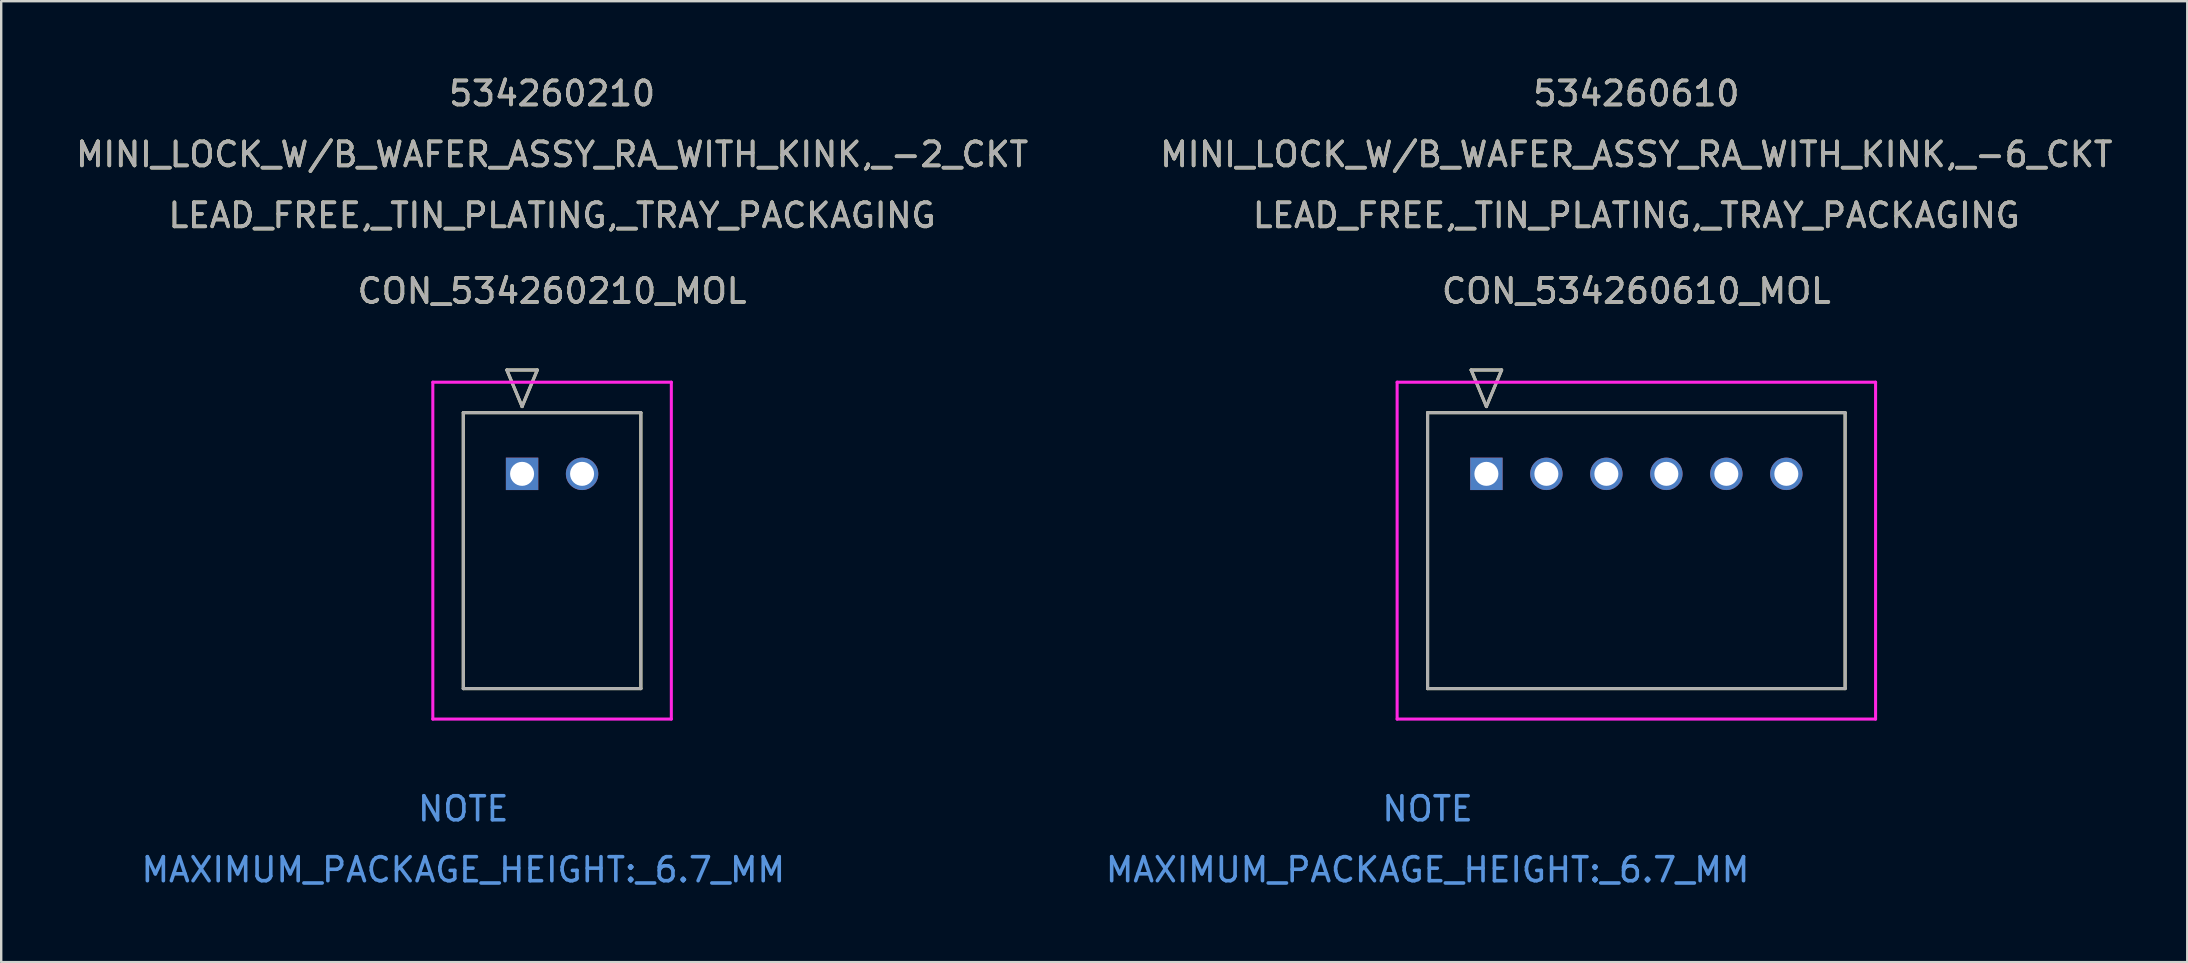
<source format=kicad_pcb>
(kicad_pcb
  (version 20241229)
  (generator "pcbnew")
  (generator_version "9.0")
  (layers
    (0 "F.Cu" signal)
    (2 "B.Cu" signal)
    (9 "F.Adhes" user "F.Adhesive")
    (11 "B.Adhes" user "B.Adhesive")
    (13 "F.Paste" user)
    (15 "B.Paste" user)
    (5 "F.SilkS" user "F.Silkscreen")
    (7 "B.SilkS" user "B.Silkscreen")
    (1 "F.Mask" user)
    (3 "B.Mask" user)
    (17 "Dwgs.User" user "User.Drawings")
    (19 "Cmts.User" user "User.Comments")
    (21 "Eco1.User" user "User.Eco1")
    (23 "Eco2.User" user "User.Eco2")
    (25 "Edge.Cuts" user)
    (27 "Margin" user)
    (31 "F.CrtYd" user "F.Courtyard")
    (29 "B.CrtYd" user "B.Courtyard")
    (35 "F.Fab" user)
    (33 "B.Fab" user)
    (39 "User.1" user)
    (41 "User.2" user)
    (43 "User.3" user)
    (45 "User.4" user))
  (footprint "CON_534260610_MOL"
    (layer "F.Cu")
    (at 58.896 16.698)
    (property "Reference" "CON_534260610_MOL" (at 6.25 -7.62 0) (unlocked yes) (layer "F.SilkS") (effects (font (size 1 1) (thickness 0.15))))
    (attr through_hole)
    (fp_line (start -2.45 -2.55) (end -2.45 8.95) (stroke (width 0.127) (type solid)) (layer "F.SilkS"))
    (fp_line (start -2.45 8.95) (end 14.95 8.95) (stroke (width 0.127) (type solid)) (layer "F.SilkS"))
    (fp_line (start -0.635 -4.328) (end 0 -2.804) (stroke (width 0.127) (type solid)) (layer "F.SilkS"))
    (fp_line (start 0 -2.804) (end 0.635 -4.328) (stroke (width 0.127) (type solid)) (layer "F.SilkS"))
    (fp_line (start 0.635 -4.328) (end -0.635 -4.328) (stroke (width 0.127) (type solid)) (layer "F.SilkS"))
    (fp_line (start 14.95 -2.55) (end -2.45 -2.55) (stroke (width 0.127) (type solid)) (layer "F.SilkS"))
    (fp_line (start 14.95 8.95) (end 14.95 -2.55) (stroke (width 0.127) (type solid)) (layer "F.SilkS"))
    (fp_line (start -3.72 -3.82) (end -3.72 10.22) (stroke (width 0.127) (type solid)) (layer "F.CrtYd"))
    (fp_line (start -3.72 10.22) (end 16.22 10.22) (stroke (width 0.127) (type solid)) (layer "F.CrtYd"))
    (fp_line (start 16.22 -3.82) (end -3.72 -3.82) (stroke (width 0.127) (type solid)) (layer "F.CrtYd"))
    (fp_line (start 16.22 10.22) (end 16.22 -3.82) (stroke (width 0.127) (type solid)) (layer "F.CrtYd"))
    (fp_line (start -2.45 -2.55) (end -2.45 8.95) (stroke (width 0.127) (type solid)) (layer "F.Fab"))
    (fp_line (start -2.45 8.95) (end 14.95 8.95) (stroke (width 0.127) (type solid)) (layer "F.Fab"))
    (fp_line (start -0.635 -4.328) (end 0 -2.804) (stroke (width 0.127) (type solid)) (layer "F.Fab"))
    (fp_line (start 0 -2.804) (end 0.635 -4.328) (stroke (width 0.127) (type solid)) (layer "F.Fab"))
    (fp_line (start 0.635 -4.328) (end -0.635 -4.328) (stroke (width 0.127) (type solid)) (layer "F.Fab"))
    (fp_line (start 14.95 -2.55) (end -2.45 -2.55) (stroke (width 0.127) (type solid)) (layer "F.Fab"))
    (fp_line (start 14.95 8.95) (end 14.95 -2.55) (stroke (width 0.127) (type solid)) (layer "F.Fab"))
    (fp_text user "534260610" (at 6.25 -15.85 0) (unlocked yes) (layer "F.SilkS") (effects (font (size 1 1) (thickness 0.15))))
    (fp_text user "LEAD_FREE,_TIN_PLATING,_TRAY_PACKAGING" (at 6.25 -10.77 0) (unlocked yes) (layer "F.SilkS") (effects (font (size 1 1) (thickness 0.15))))
    (fp_text user "MINI_LOCK_W/B_WAFER_ASSY_RA_WITH_KINK,_-6_CKT" (at 6.25 -13.31 0) (unlocked yes) (layer "F.SilkS") (effects (font (size 1 1) (thickness 0.15))))
    (fp_text user "MAXIMUM_PACKAGE_HEIGHT:_6.7_MM" (at -2.45 16.5 0) (unlocked yes) (layer "Cmts.User") (effects (font (size 1 1) (thickness 0.15))))
    (fp_text user "NOTE" (at -2.45 13.96 0) (unlocked yes) (layer "Cmts.User") (effects (font (size 1 1) (thickness 0.15))))
    (fp_text user "MINI_LOCK_W/B_WAFER_ASSY_RA_WITH_KINK,_-6_CKT" (at 6.25 -13.31 0) (unlocked yes) (layer "F.Fab") (effects (font (size 1 1) (thickness 0.15))))
    (fp_text user "534260610" (at 6.25 -15.85 0) (unlocked yes) (layer "F.Fab") (effects (font (size 1 1) (thickness 0.15))))
    (fp_text user "${REFERENCE}" (at 6.25 -7.62 0) (unlocked yes) (layer "F.Fab") (effects (font (size 1 1) (thickness 0.15))))
    (fp_text user "LEAD_FREE,_TIN_PLATING,_TRAY_PACKAGING" (at 6.25 -10.77 0) (unlocked yes) (layer "F.Fab") (effects (font (size 1 1) (thickness 0.15))))
    (pad "1" thru_hole rect (at 0 0) (size 1.35 1.35) (drill 1) (layers "*.Cu" "*.Mask"))
    (pad "2" thru_hole circle (at 2.5 0) (size 1.35 1.35) (drill 1) (layers "*.Cu" "*.Mask"))
    (pad "3" thru_hole circle (at 5 0) (size 1.35 1.35) (drill 1) (layers "*.Cu" "*.Mask"))
    (pad "4" thru_hole circle (at 7.5 0) (size 1.35 1.35) (drill 1) (layers "*.Cu" "*.Mask"))
    (pad "5" thru_hole circle (at 10 0) (size 1.35 1.35) (drill 1) (layers "*.Cu" "*.Mask"))
    (pad "6" thru_hole circle (at 12.5 0) (size 1.35 1.35) (drill 1) (layers "*.Cu" "*.Mask")))
  (footprint "CON_534260210_MOL"
    (layer "F.Cu")
    (at 18.708 16.698)
    (property "Reference" "CON_534260210_MOL" (at 1.25 -7.62 0) (unlocked yes) (layer "F.SilkS") (effects (font (size 1 1) (thickness 0.15))))
    (attr through_hole)
    (fp_line (start -2.45 -2.55) (end -2.45 8.95) (stroke (width 0.127) (type solid)) (layer "F.SilkS"))
    (fp_line (start -2.45 8.95) (end 4.95 8.95) (stroke (width 0.127) (type solid)) (layer "F.SilkS"))
    (fp_line (start -0.635 -4.328) (end 0 -2.804) (stroke (width 0.127) (type solid)) (layer "F.SilkS"))
    (fp_line (start 0 -2.804) (end 0.635 -4.328) (stroke (width 0.127) (type solid)) (layer "F.SilkS"))
    (fp_line (start 0.635 -4.328) (end -0.635 -4.328) (stroke (width 0.127) (type solid)) (layer "F.SilkS"))
    (fp_line (start 4.95 -2.55) (end -2.45 -2.55) (stroke (width 0.127) (type solid)) (layer "F.SilkS"))
    (fp_line (start 4.95 8.95) (end 4.95 -2.55) (stroke (width 0.127) (type solid)) (layer "F.SilkS"))
    (fp_line (start -3.72 -3.82) (end -3.72 10.22) (stroke (width 0.127) (type solid)) (layer "F.CrtYd"))
    (fp_line (start -3.72 10.22) (end 6.22 10.22) (stroke (width 0.127) (type solid)) (layer "F.CrtYd"))
    (fp_line (start 6.22 -3.82) (end -3.72 -3.82) (stroke (width 0.127) (type solid)) (layer "F.CrtYd"))
    (fp_line (start 6.22 10.22) (end 6.22 -3.82) (stroke (width 0.127) (type solid)) (layer "F.CrtYd"))
    (fp_line (start -2.45 -2.55) (end -2.45 8.95) (stroke (width 0.127) (type solid)) (layer "F.Fab"))
    (fp_line (start -2.45 8.95) (end 4.95 8.95) (stroke (width 0.127) (type solid)) (layer "F.Fab"))
    (fp_line (start -0.635 -4.328) (end 0 -2.804) (stroke (width 0.127) (type solid)) (layer "F.Fab"))
    (fp_line (start 0 -2.804) (end 0.635 -4.328) (stroke (width 0.127) (type solid)) (layer "F.Fab"))
    (fp_line (start 0.635 -4.328) (end -0.635 -4.328) (stroke (width 0.127) (type solid)) (layer "F.Fab"))
    (fp_line (start 4.95 -2.55) (end -2.45 -2.55) (stroke (width 0.127) (type solid)) (layer "F.Fab"))
    (fp_line (start 4.95 8.95) (end 4.95 -2.55) (stroke (width 0.127) (type solid)) (layer "F.Fab"))
    (fp_text user "534260210" (at 1.25 -15.85 0) (unlocked yes) (layer "F.SilkS") (effects (font (size 1 1) (thickness 0.15))))
    (fp_text user "MINI_LOCK_W/B_WAFER_ASSY_RA_WITH_KINK,_-2_CKT" (at 1.25 -13.31 0) (unlocked yes) (layer "F.SilkS") (effects (font (size 1 1) (thickness 0.15))))
    (fp_text user "LEAD_FREE,_TIN_PLATING,_TRAY_PACKAGING" (at 1.25 -10.77 0) (unlocked yes) (layer "F.SilkS") (effects (font (size 1 1) (thickness 0.15))))
    (fp_text user "MAXIMUM_PACKAGE_HEIGHT:_6.7_MM" (at -2.45 16.5 0) (unlocked yes) (layer "Cmts.User") (effects (font (size 1 1) (thickness 0.15))))
    (fp_text user "NOTE" (at -2.45 13.96 0) (unlocked yes) (layer "Cmts.User") (effects (font (size 1 1) (thickness 0.15))))
    (fp_text user "534260210" (at 1.25 -15.85 0) (unlocked yes) (layer "F.Fab") (effects (font (size 1 1) (thickness 0.15))))
    (fp_text user "${REFERENCE}" (at 1.25 -7.62 0) (unlocked yes) (layer "F.Fab") (effects (font (size 1 1) (thickness 0.15))))
    (fp_text user "MINI_LOCK_W/B_WAFER_ASSY_RA_WITH_KINK,_-2_CKT" (at 1.25 -13.31 0) (unlocked yes) (layer "F.Fab") (effects (font (size 1 1) (thickness 0.15))))
    (fp_text user "LEAD_FREE,_TIN_PLATING,_TRAY_PACKAGING" (at 1.25 -10.77 0) (unlocked yes) (layer "F.Fab") (effects (font (size 1 1) (thickness 0.15))))
    (pad "1" thru_hole rect (at 0 0) (size 1.35 1.35) (drill 1) (layers "*.Cu" "*.Mask"))
    (pad "2" thru_hole circle (at 2.5 0) (size 1.35 1.35) (drill 1) (layers "*.Cu" "*.Mask")))
  (gr_rect
    (start -3 -3)
    (end 88.105 37.046)
    (stroke (width 0.1) (type default))
    (fill no)
    (layer "Edge.Cuts")))
</source>
